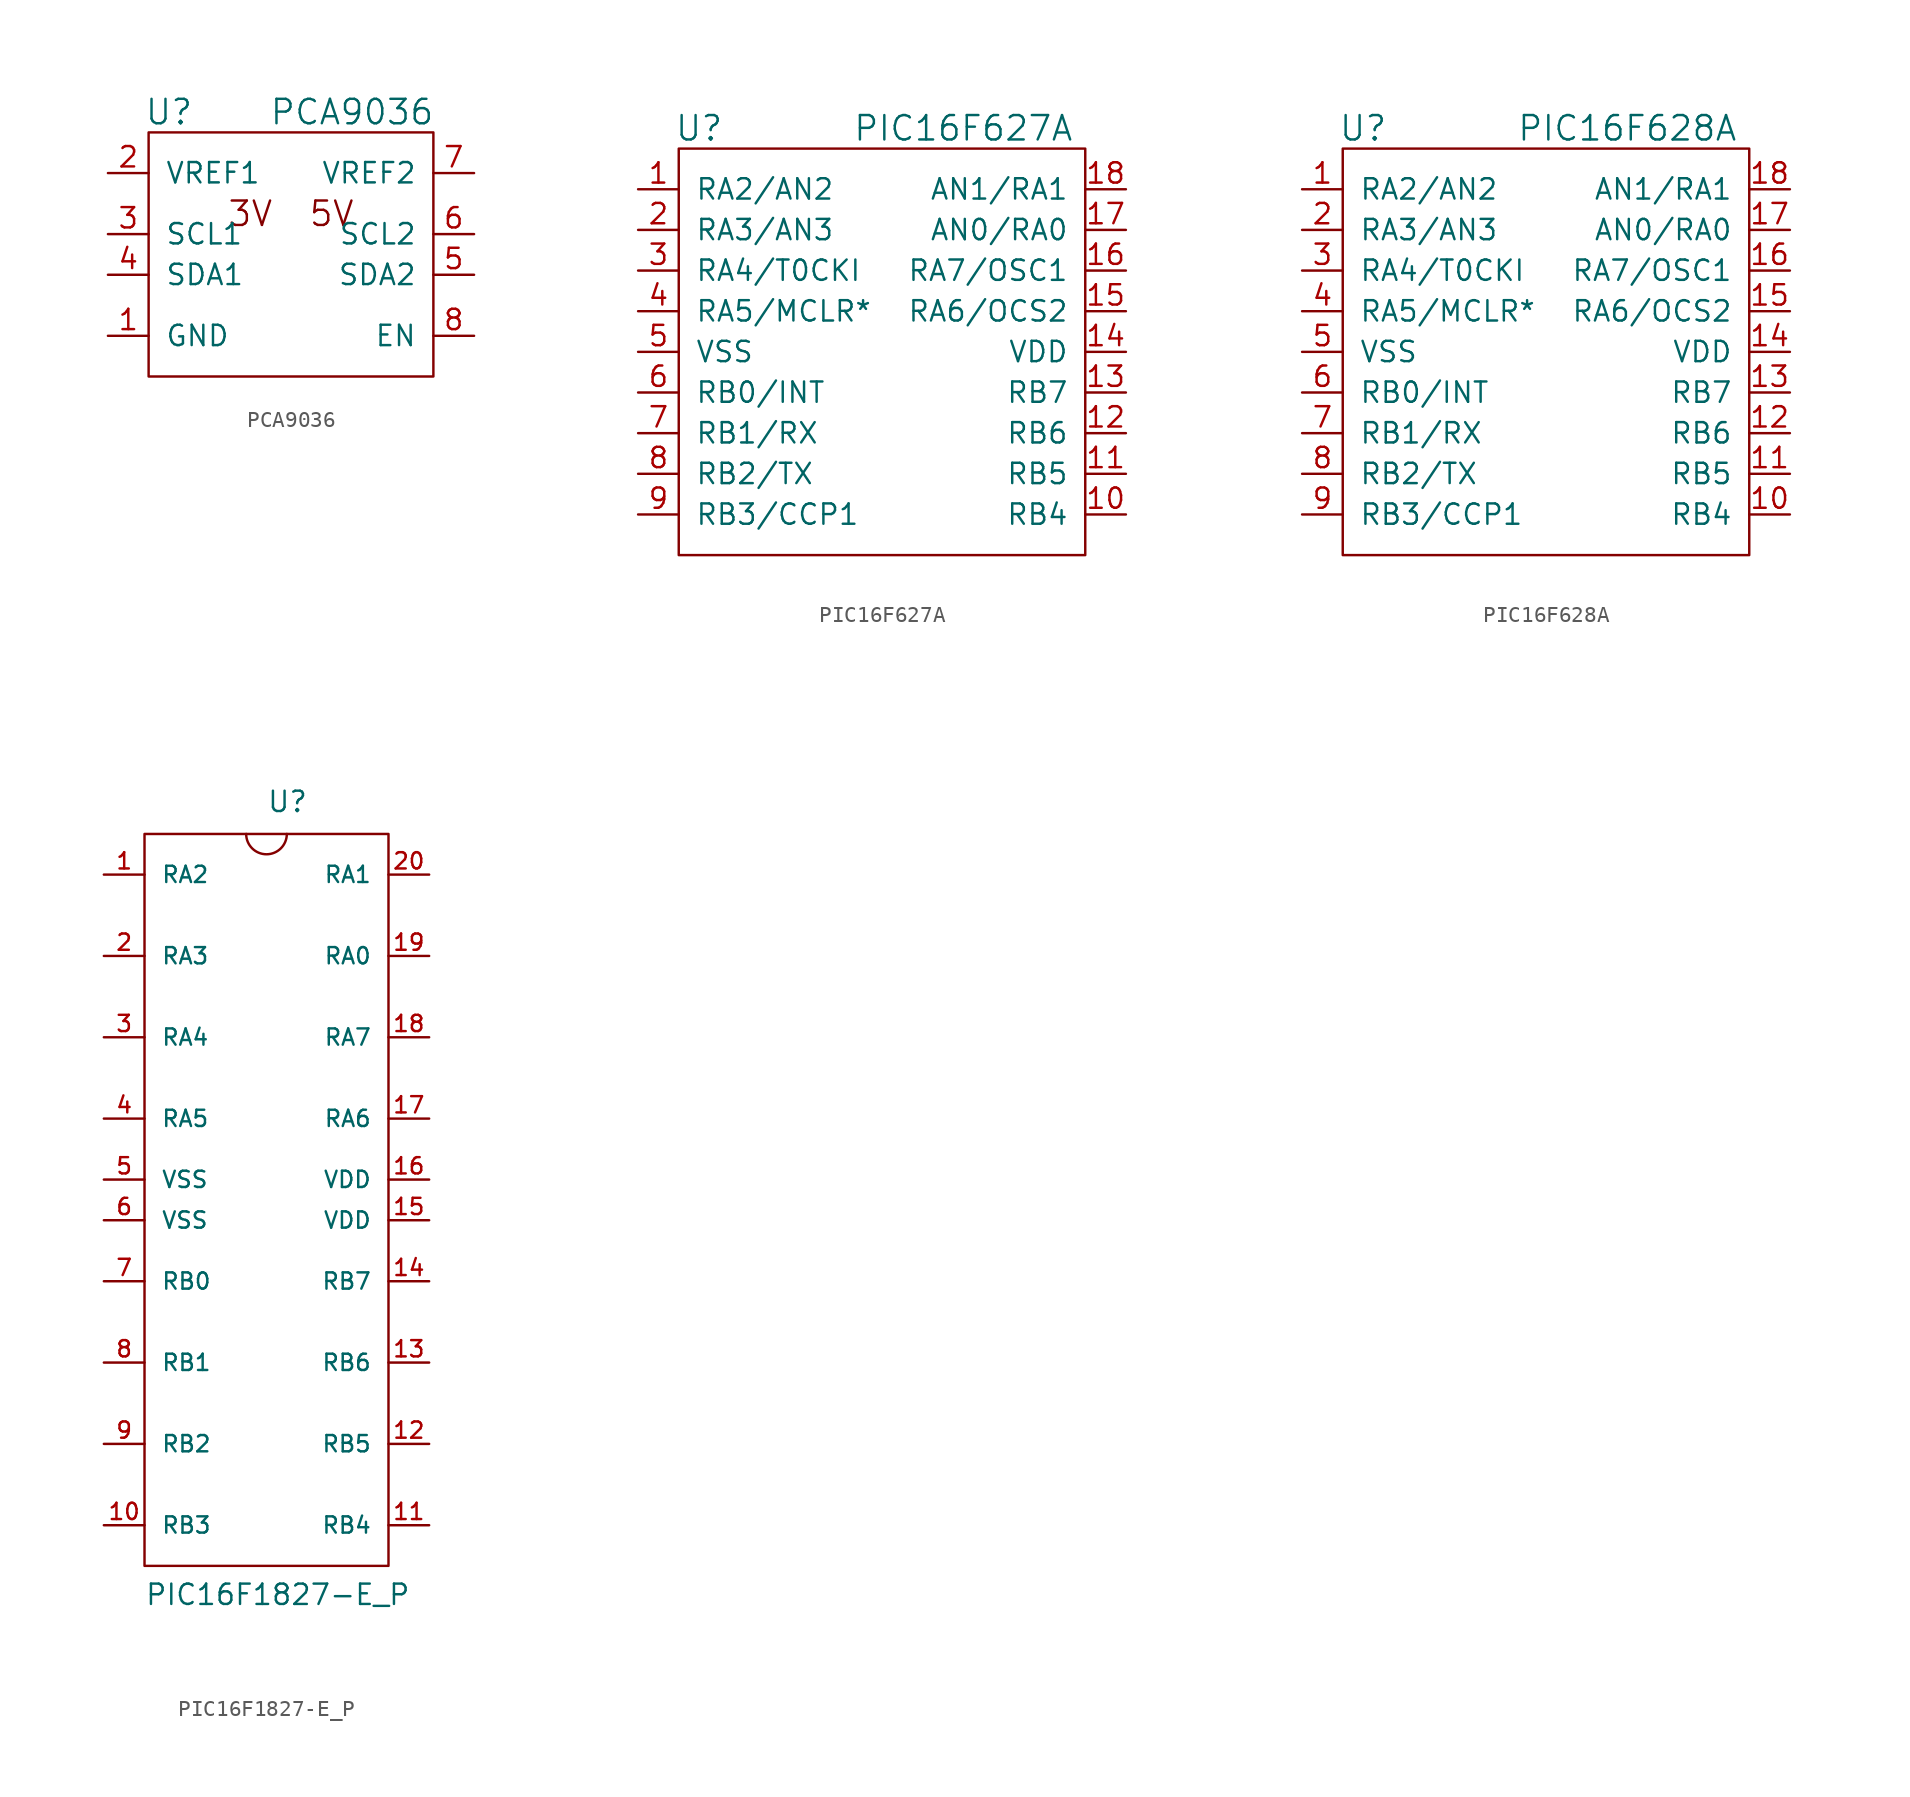
<source format=kicad_sym>
(kicad_symbol_lib
  (version 20211014)
  (generator kicad_symbol_editor)
  (symbol "PCA9036"
    (pin_names
      (offset 1.016))
    (property "Reference" "U"
      (at -7.62 8.89 0)
      (effects (font (size 1.524 1.524))))
    (property "Value" "PCA9036"
      (at 3.81 8.89 0)
      (effects (font (size 1.524 1.524))))
    (property "Footprint" ""
      (at 0 0 0)
      (effects (font (size 1.524 1.524))))
    (property "Datasheet" ""
      (at 0 0 0)
      (effects (font (size 1.524 1.524))))
    (symbol "PCA9036_0_0"
      (text "3V" (at -2.54 2.54 0) (effects (font (size 1.524 1.524))))
      (text "5V" (at 2.54 2.54 0) (effects (font (size 1.524 1.524)))))
    (symbol "PCA9036_0_1"
      (rectangle (start -8.89 7.62) (end 8.89 -7.62) (stroke (width 0) (type default) (color 0 0 0 0)) (fill (type none))))
    (symbol "PCA9036_1_1"
      (pin passive line (at -11.43 -5.08 0) (length 2.54) (name "GND" (effects (font (size 1.27 1.27)))) (number "1" (effects (font (size 1.27 1.27)))))
      (pin power_in line (at -11.43 5.08 0) (length 2.54) (name "VREF1" (effects (font (size 1.27 1.27)))) (number "2" (effects (font (size 1.27 1.27)))))
      (pin bidirectional line (at -11.43 1.27 0) (length 2.54) (name "SCL1" (effects (font (size 1.27 1.27)))) (number "3" (effects (font (size 1.27 1.27)))))
      (pin bidirectional line (at -11.43 -1.27 0) (length 2.54) (name "SDA1" (effects (font (size 1.27 1.27)))) (number "4" (effects (font (size 1.27 1.27)))))
      (pin bidirectional line (at 11.43 -1.27 180) (length 2.54) (name "SDA2" (effects (font (size 1.27 1.27)))) (number "5" (effects (font (size 1.27 1.27)))))
      (pin bidirectional line (at 11.43 1.27 180) (length 2.54) (name "SCL2" (effects (font (size 1.27 1.27)))) (number "6" (effects (font (size 1.27 1.27)))))
      (pin power_in line (at 11.43 5.08 180) (length 2.54) (name "VREF2" (effects (font (size 1.27 1.27)))) (number "7" (effects (font (size 1.27 1.27)))))
      (pin input line (at 11.43 -5.08 180) (length 2.54) (name "EN" (effects (font (size 1.27 1.27)))) (number "8" (effects (font (size 1.27 1.27)))))))
  (symbol "PIC16F627A"
    (pin_names
      (offset 1.016))
    (property "Reference" "U"
      (at -11.43 13.97 0)
      (effects (font (size 1.524 1.524))))
    (property "Value" "PIC16F627A"
      (at 5.08 13.97 0)
      (effects (font (size 1.524 1.524))))
    (property "Footprint" ""
      (at 0 0 0)
      (effects (font (size 1.524 1.524))))
    (property "Datasheet" ""
      (at 0 0 0)
      (effects (font (size 1.524 1.524))))
    (symbol "PIC16F627A_0_1"
      (rectangle (start -12.7 12.7) (end 12.7 -12.7) (stroke (width 0) (type default) (color 0 0 0 0)) (fill (type none))))
    (symbol "PIC16F627A_1_1"
      (pin bidirectional line (at -15.24 10.16 0) (length 2.54) (name "RA2/AN2" (effects (font (size 1.27 1.27)))) (number "1" (effects (font (size 1.27 1.27)))))
      (pin bidirectional line (at 15.24 -10.16 180) (length 2.54) (name "RB4" (effects (font (size 1.27 1.27)))) (number "10" (effects (font (size 1.27 1.27)))))
      (pin bidirectional line (at 15.24 -7.62 180) (length 2.54) (name "RB5" (effects (font (size 1.27 1.27)))) (number "11" (effects (font (size 1.27 1.27)))))
      (pin bidirectional line (at 15.24 -5.08 180) (length 2.54) (name "RB6" (effects (font (size 1.27 1.27)))) (number "12" (effects (font (size 1.27 1.27)))))
      (pin bidirectional line (at 15.24 -2.54 180) (length 2.54) (name "RB7" (effects (font (size 1.27 1.27)))) (number "13" (effects (font (size 1.27 1.27)))))
      (pin power_in line (at 15.24 0 180) (length 2.54) (name "VDD" (effects (font (size 1.27 1.27)))) (number "14" (effects (font (size 1.27 1.27)))))
      (pin bidirectional line (at 15.24 2.54 180) (length 2.54) (name "RA6/OCS2" (effects (font (size 1.27 1.27)))) (number "15" (effects (font (size 1.27 1.27)))))
      (pin bidirectional line (at 15.24 5.08 180) (length 2.54) (name "RA7/OSC1" (effects (font (size 1.27 1.27)))) (number "16" (effects (font (size 1.27 1.27)))))
      (pin bidirectional line (at 15.24 7.62 180) (length 2.54) (name "AN0/RA0" (effects (font (size 1.27 1.27)))) (number "17" (effects (font (size 1.27 1.27)))))
      (pin bidirectional line (at 15.24 10.16 180) (length 2.54) (name "AN1/RA1" (effects (font (size 1.27 1.27)))) (number "18" (effects (font (size 1.27 1.27)))))
      (pin bidirectional line (at -15.24 7.62 0) (length 2.54) (name "RA3/AN3" (effects (font (size 1.27 1.27)))) (number "2" (effects (font (size 1.27 1.27)))))
      (pin bidirectional line (at -15.24 5.08 0) (length 2.54) (name "RA4/T0CKI" (effects (font (size 1.27 1.27)))) (number "3" (effects (font (size 1.27 1.27)))))
      (pin input line (at -15.24 2.54 0) (length 2.54) (name "RA5/MCLR*" (effects (font (size 1.27 1.27)))) (number "4" (effects (font (size 1.27 1.27)))))
      (pin power_in line (at -15.24 0 0) (length 2.54) (name "VSS" (effects (font (size 1.27 1.27)))) (number "5" (effects (font (size 1.27 1.27)))))
      (pin bidirectional line (at -15.24 -2.54 0) (length 2.54) (name "RB0/INT" (effects (font (size 1.27 1.27)))) (number "6" (effects (font (size 1.27 1.27)))))
      (pin bidirectional line (at -15.24 -5.08 0) (length 2.54) (name "RB1/RX" (effects (font (size 1.27 1.27)))) (number "7" (effects (font (size 1.27 1.27)))))
      (pin bidirectional line (at -15.24 -7.62 0) (length 2.54) (name "RB2/TX" (effects (font (size 1.27 1.27)))) (number "8" (effects (font (size 1.27 1.27)))))
      (pin bidirectional line (at -15.24 -10.16 0) (length 2.54) (name "RB3/CCP1" (effects (font (size 1.27 1.27)))) (number "9" (effects (font (size 1.27 1.27)))))))
  (symbol "PIC16F628A"
    (pin_names
      (offset 1.016))
    (property "Reference" "U"
      (at -11.43 13.97 0)
      (effects (font (size 1.524 1.524))))
    (property "Value" "PIC16F628A"
      (at 5.08 13.97 0)
      (effects (font (size 1.524 1.524))))
    (property "Footprint" ""
      (at 0 0 0)
      (effects (font (size 1.524 1.524))))
    (property "Datasheet" ""
      (at 0 0 0)
      (effects (font (size 1.524 1.524))))
    (symbol "PIC16F628A_0_1"
      (rectangle (start -12.7 12.7) (end 12.7 -12.7) (stroke (width 0) (type default) (color 0 0 0 0)) (fill (type none))))
    (symbol "PIC16F628A_1_1"
      (pin bidirectional line (at -15.24 10.16 0) (length 2.54) (name "RA2/AN2" (effects (font (size 1.27 1.27)))) (number "1" (effects (font (size 1.27 1.27)))))
      (pin bidirectional line (at 15.24 -10.16 180) (length 2.54) (name "RB4" (effects (font (size 1.27 1.27)))) (number "10" (effects (font (size 1.27 1.27)))))
      (pin bidirectional line (at 15.24 -7.62 180) (length 2.54) (name "RB5" (effects (font (size 1.27 1.27)))) (number "11" (effects (font (size 1.27 1.27)))))
      (pin bidirectional line (at 15.24 -5.08 180) (length 2.54) (name "RB6" (effects (font (size 1.27 1.27)))) (number "12" (effects (font (size 1.27 1.27)))))
      (pin bidirectional line (at 15.24 -2.54 180) (length 2.54) (name "RB7" (effects (font (size 1.27 1.27)))) (number "13" (effects (font (size 1.27 1.27)))))
      (pin power_in line (at 15.24 0 180) (length 2.54) (name "VDD" (effects (font (size 1.27 1.27)))) (number "14" (effects (font (size 1.27 1.27)))))
      (pin bidirectional line (at 15.24 2.54 180) (length 2.54) (name "RA6/OCS2" (effects (font (size 1.27 1.27)))) (number "15" (effects (font (size 1.27 1.27)))))
      (pin bidirectional line (at 15.24 5.08 180) (length 2.54) (name "RA7/OSC1" (effects (font (size 1.27 1.27)))) (number "16" (effects (font (size 1.27 1.27)))))
      (pin bidirectional line (at 15.24 7.62 180) (length 2.54) (name "AN0/RA0" (effects (font (size 1.27 1.27)))) (number "17" (effects (font (size 1.27 1.27)))))
      (pin bidirectional line (at 15.24 10.16 180) (length 2.54) (name "AN1/RA1" (effects (font (size 1.27 1.27)))) (number "18" (effects (font (size 1.27 1.27)))))
      (pin bidirectional line (at -15.24 7.62 0) (length 2.54) (name "RA3/AN3" (effects (font (size 1.27 1.27)))) (number "2" (effects (font (size 1.27 1.27)))))
      (pin bidirectional line (at -15.24 5.08 0) (length 2.54) (name "RA4/T0CKI" (effects (font (size 1.27 1.27)))) (number "3" (effects (font (size 1.27 1.27)))))
      (pin input line (at -15.24 2.54 0) (length 2.54) (name "RA5/MCLR*" (effects (font (size 1.27 1.27)))) (number "4" (effects (font (size 1.27 1.27)))))
      (pin power_in line (at -15.24 0 0) (length 2.54) (name "VSS" (effects (font (size 1.27 1.27)))) (number "5" (effects (font (size 1.27 1.27)))))
      (pin bidirectional line (at -15.24 -2.54 0) (length 2.54) (name "RB0/INT" (effects (font (size 1.27 1.27)))) (number "6" (effects (font (size 1.27 1.27)))))
      (pin bidirectional line (at -15.24 -5.08 0) (length 2.54) (name "RB1/RX" (effects (font (size 1.27 1.27)))) (number "7" (effects (font (size 1.27 1.27)))))
      (pin bidirectional line (at -15.24 -7.62 0) (length 2.54) (name "RB2/TX" (effects (font (size 1.27 1.27)))) (number "8" (effects (font (size 1.27 1.27)))))
      (pin bidirectional line (at -15.24 -10.16 0) (length 2.54) (name "RB3/CCP1" (effects (font (size 1.27 1.27)))) (number "9" (effects (font (size 1.27 1.27)))))))
  (symbol "PIC16F1827-E_P"
    (pin_names
      (offset 1.016))
    (property "Reference" "U"
      (at 0 21.59 0)
      (effects (font (size 1.27 1.27)) (justify left bottom)))
    (property "Value" "PIC16F1827-E_P"
      (at -7.62 -27.94 0)
      (effects (font (size 1.27 1.27)) (justify left bottom)))
    (property "ki_locked" ""
      (at 0 0 0)
      (effects (font (size 1.27 1.27))))
    (symbol "PIC16F1827-E_P_0_0"
      (pin bidirectional line (at -10.16 17.78 0) (length 2.54) (name "RA2" (effects (font (size 1.016 1.016)))) (number "1" (effects (font (size 1.016 1.016)))))
      (pin bidirectional line (at -10.16 -22.86 0) (length 2.54) (name "RB3" (effects (font (size 1.016 1.016)))) (number "10" (effects (font (size 1.016 1.016)))))
      (pin bidirectional line (at 10.16 -22.86 180) (length 2.54) (name "RB4" (effects (font (size 1.016 1.016)))) (number "11" (effects (font (size 1.016 1.016)))))
      (pin bidirectional line (at 10.16 -17.78 180) (length 2.54) (name "RB5" (effects (font (size 1.016 1.016)))) (number "12" (effects (font (size 1.016 1.016)))))
      (pin bidirectional line (at 10.16 -12.7 180) (length 2.54) (name "RB6" (effects (font (size 1.016 1.016)))) (number "13" (effects (font (size 1.016 1.016)))))
      (pin bidirectional line (at 10.16 -7.62 180) (length 2.54) (name "RB7" (effects (font (size 1.016 1.016)))) (number "14" (effects (font (size 1.016 1.016)))))
      (pin input line (at 10.16 -3.81 180) (length 2.54) (name "VDD" (effects (font (size 1.016 1.016)))) (number "15" (effects (font (size 1.016 1.016)))))
      (pin input line (at 10.16 -1.27 180) (length 2.54) (name "VDD" (effects (font (size 1.016 1.016)))) (number "16" (effects (font (size 1.016 1.016)))))
      (pin bidirectional line (at 10.16 2.54 180) (length 2.54) (name "RA6" (effects (font (size 1.016 1.016)))) (number "17" (effects (font (size 1.016 1.016)))))
      (pin bidirectional line (at 10.16 7.62 180) (length 2.54) (name "RA7" (effects (font (size 1.016 1.016)))) (number "18" (effects (font (size 1.016 1.016)))))
      (pin bidirectional line (at 10.16 12.7 180) (length 2.54) (name "RA0" (effects (font (size 1.016 1.016)))) (number "19" (effects (font (size 1.016 1.016)))))
      (pin bidirectional line (at -10.16 12.7 0) (length 2.54) (name "RA3" (effects (font (size 1.016 1.016)))) (number "2" (effects (font (size 1.016 1.016)))))
      (pin bidirectional line (at 10.16 17.78 180) (length 2.54) (name "RA1" (effects (font (size 1.016 1.016)))) (number "20" (effects (font (size 1.016 1.016)))))
      (pin bidirectional line (at -10.16 7.62 0) (length 2.54) (name "RA4" (effects (font (size 1.016 1.016)))) (number "3" (effects (font (size 1.016 1.016)))))
      (pin input line (at -10.16 2.54 0) (length 2.54) (name "RA5" (effects (font (size 1.016 1.016)))) (number "4" (effects (font (size 1.016 1.016)))))
      (pin input line (at -10.16 -1.27 0) (length 2.54) (name "VSS" (effects (font (size 1.016 1.016)))) (number "5" (effects (font (size 1.016 1.016)))))
      (pin input line (at -10.16 -3.81 0) (length 2.54) (name "VSS" (effects (font (size 1.016 1.016)))) (number "6" (effects (font (size 1.016 1.016)))))
      (pin bidirectional line (at -10.16 -12.7 0) (length 2.54) (name "RB1" (effects (font (size 1.016 1.016)))) (number "8" (effects (font (size 1.016 1.016)))))
      (pin bidirectional line (at -10.16 -17.78 0) (length 2.54) (name "RB2" (effects (font (size 1.016 1.016)))) (number "9" (effects (font (size 1.016 1.016))))))
    (symbol "PIC16F1827-E_P_0_1"
      (arc (start -1.27 20.32) (mid 0 19.05) (end 1.27 20.32) (stroke (width 0) (type default) (color 0 0 0 0)) (fill (type none)))
      (polyline (pts (xy -7.62 20.32) (xy -7.62 -25.4) (xy 7.62 -25.4) (xy 7.62 20.32) (xy -7.62 20.32)) (stroke (width 0) (type default) (color 0 0 0 0)) (fill (type none))))
    (symbol "PIC16F1827-E_P_1_0"
      (pin bidirectional line (at -10.16 -7.62 0) (length 2.54) (name "RB0" (effects (font (size 1.016 1.016)))) (number "7" (effects (font (size 1.016 1.016))))))))
</source>
